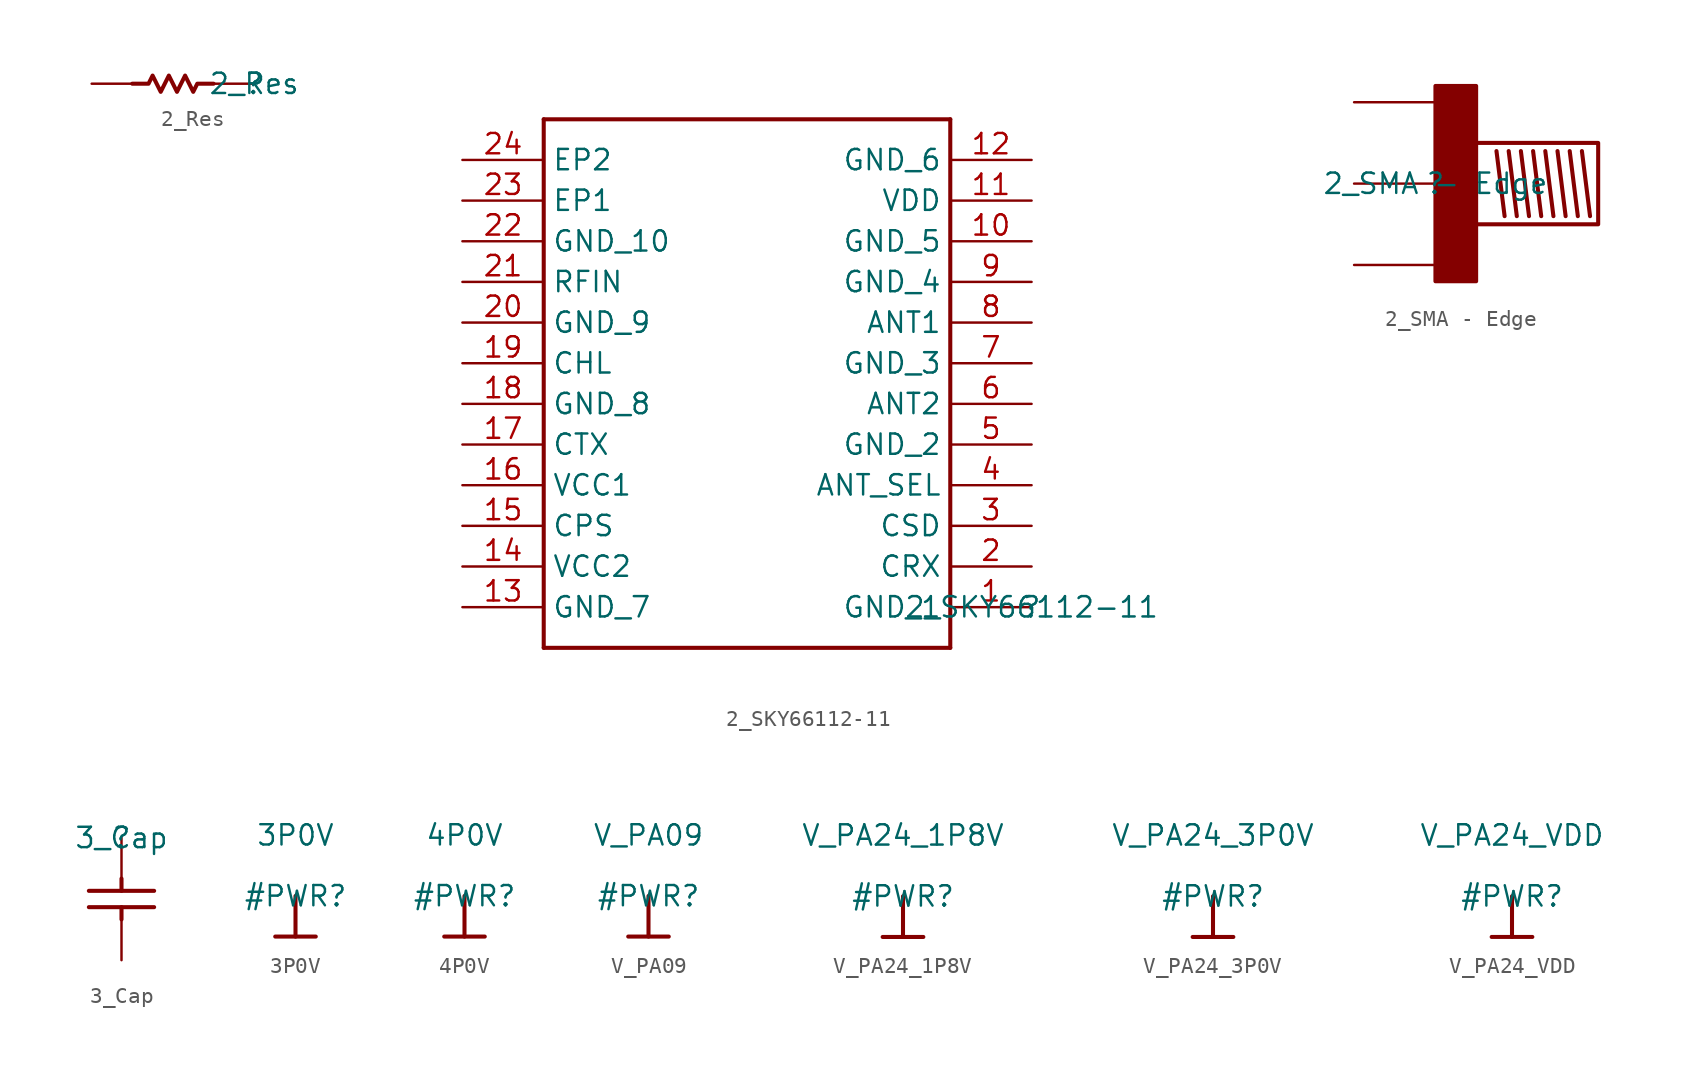
<source format=kicad_sym>
(kicad_symbol_lib
  (version 20211014)
  (generator kicad_symbol_editor)
  (symbol "2_Res"
    (property "Reference" ""
      (at 0 0 0)
      (effects (font (size 1.27 1.27))))
    (property "Value" "2_Res"
      (at 0 0 0)
      (effects (font (size 1.27 1.27))))
    (symbol "2_Res_1_0"
      (polyline (pts (xy -7.62 0) (xy -6.604 0) (xy -6.35 0.508) (xy -5.842 -0.508) (xy -5.334 0.508) (xy -4.826 -0.508) (xy -4.318 0.508) (xy -3.81 -0.508) (xy -3.556 0) (xy -2.54 0)) (stroke (width 0.254) (type default) (color 0 0 0 0)) (fill (type none)))
      (pin passive line (at 0 0 180) (length 2.54) (name "1" (effects (font (size 0 0)))) (number "1" (effects (font (size 0 0)))))
      (pin passive line (at -10.16 0 0) (length 2.54) (name "2" (effects (font (size 0 0)))) (number "2" (effects (font (size 0 0)))))))
  (symbol "2_SKY66112-11"
    (property "Reference" ""
      (at 0 0 0)
      (effects (font (size 1.27 1.27))))
    (property "Value" "2_SKY66112-11"
      (at 0 0 0)
      (effects (font (size 1.27 1.27))))
    (symbol "2_SKY66112-11_1_0"
      (polyline (pts (xy -30.48 -2.54) (xy -5.08 -2.54)) (stroke (width 0.254) (type default) (color 0 0 0 0)) (fill (type none)))
      (polyline (pts (xy -30.48 30.48) (xy -30.48 -2.54)) (stroke (width 0.254) (type default) (color 0 0 0 0)) (fill (type none)))
      (polyline (pts (xy -5.08 -2.54) (xy -5.08 30.48)) (stroke (width 0.254) (type default) (color 0 0 0 0)) (fill (type none)))
      (polyline (pts (xy -5.08 30.48) (xy -30.48 30.48)) (stroke (width 0.254) (type default) (color 0 0 0 0)) (fill (type none)))
      (pin passive line (at 0 0 180) (length 5.08) (name "GND_1" (effects (font (size 1.27 1.27)))) (number "1" (effects (font (size 1.27 1.27)))))
      (pin passive line (at 0 22.86 180) (length 5.08) (name "GND_5" (effects (font (size 1.27 1.27)))) (number "10" (effects (font (size 1.27 1.27)))))
      (pin passive line (at 0 25.4 180) (length 5.08) (name "VDD" (effects (font (size 1.27 1.27)))) (number "11" (effects (font (size 1.27 1.27)))))
      (pin passive line (at 0 27.94 180) (length 5.08) (name "GND_6" (effects (font (size 1.27 1.27)))) (number "12" (effects (font (size 1.27 1.27)))))
      (pin passive line (at -35.56 0 0) (length 5.08) (name "GND_7" (effects (font (size 1.27 1.27)))) (number "13" (effects (font (size 1.27 1.27)))))
      (pin passive line (at -35.56 2.54 0) (length 5.08) (name "VCC2" (effects (font (size 1.27 1.27)))) (number "14" (effects (font (size 1.27 1.27)))))
      (pin passive line (at -35.56 5.08 0) (length 5.08) (name "CPS" (effects (font (size 1.27 1.27)))) (number "15" (effects (font (size 1.27 1.27)))))
      (pin passive line (at -35.56 7.62 0) (length 5.08) (name "VCC1" (effects (font (size 1.27 1.27)))) (number "16" (effects (font (size 1.27 1.27)))))
      (pin passive line (at -35.56 10.16 0) (length 5.08) (name "CTX" (effects (font (size 1.27 1.27)))) (number "17" (effects (font (size 1.27 1.27)))))
      (pin passive line (at -35.56 12.7 0) (length 5.08) (name "GND_8" (effects (font (size 1.27 1.27)))) (number "18" (effects (font (size 1.27 1.27)))))
      (pin passive line (at -35.56 15.24 0) (length 5.08) (name "CHL" (effects (font (size 1.27 1.27)))) (number "19" (effects (font (size 1.27 1.27)))))
      (pin passive line (at 0 2.54 180) (length 5.08) (name "CRX" (effects (font (size 1.27 1.27)))) (number "2" (effects (font (size 1.27 1.27)))))
      (pin passive line (at -35.56 17.78 0) (length 5.08) (name "GND_9" (effects (font (size 1.27 1.27)))) (number "20" (effects (font (size 1.27 1.27)))))
      (pin passive line (at -35.56 20.32 0) (length 5.08) (name "RFIN" (effects (font (size 1.27 1.27)))) (number "21" (effects (font (size 1.27 1.27)))))
      (pin passive line (at -35.56 22.86 0) (length 5.08) (name "GND_10" (effects (font (size 1.27 1.27)))) (number "22" (effects (font (size 1.27 1.27)))))
      (pin passive line (at -35.56 25.4 0) (length 5.08) (name "EP1" (effects (font (size 1.27 1.27)))) (number "23" (effects (font (size 1.27 1.27)))))
      (pin passive line (at -35.56 27.94 0) (length 5.08) (name "EP2" (effects (font (size 1.27 1.27)))) (number "24" (effects (font (size 1.27 1.27)))))
      (pin passive line (at 0 5.08 180) (length 5.08) (name "CSD" (effects (font (size 1.27 1.27)))) (number "3" (effects (font (size 1.27 1.27)))))
      (pin passive line (at 0 7.62 180) (length 5.08) (name "ANT_SEL" (effects (font (size 1.27 1.27)))) (number "4" (effects (font (size 1.27 1.27)))))
      (pin passive line (at 0 10.16 180) (length 5.08) (name "GND_2" (effects (font (size 1.27 1.27)))) (number "5" (effects (font (size 1.27 1.27)))))
      (pin passive line (at 0 12.7 180) (length 5.08) (name "ANT2" (effects (font (size 1.27 1.27)))) (number "6" (effects (font (size 1.27 1.27)))))
      (pin passive line (at 0 15.24 180) (length 5.08) (name "GND_3" (effects (font (size 1.27 1.27)))) (number "7" (effects (font (size 1.27 1.27)))))
      (pin passive line (at 0 17.78 180) (length 5.08) (name "ANT1" (effects (font (size 1.27 1.27)))) (number "8" (effects (font (size 1.27 1.27)))))
      (pin passive line (at 0 20.32 180) (length 5.08) (name "GND_4" (effects (font (size 1.27 1.27)))) (number "9" (effects (font (size 1.27 1.27)))))))
  (symbol "2_SMA - Edge"
    (property "Reference" ""
      (at 0 0 0)
      (effects (font (size 1.27 1.27))))
    (property "Value" "2_SMA - Edge"
      (at 0 0 0)
      (effects (font (size 1.27 1.27))))
    (symbol "2_SMA - Edge_1_0"
      (polyline (pts (xy 4.318 -2.032) (xy 3.81 2.032)) (stroke (width 0.254) (type default) (color 0 0 0 0)) (fill (type none)))
      (polyline (pts (xy 5.08 -2.032) (xy 4.572 2.032)) (stroke (width 0.254) (type default) (color 0 0 0 0)) (fill (type none)))
      (polyline (pts (xy 5.842 -2.032) (xy 5.334 2.032)) (stroke (width 0.254) (type default) (color 0 0 0 0)) (fill (type none)))
      (polyline (pts (xy 6.604 -2.032) (xy 6.096 2.032)) (stroke (width 0.254) (type default) (color 0 0 0 0)) (fill (type none)))
      (polyline (pts (xy 7.366 -2.032) (xy 6.858 2.032)) (stroke (width 0.254) (type default) (color 0 0 0 0)) (fill (type none)))
      (polyline (pts (xy 8.128 -2.032) (xy 7.62 2.032)) (stroke (width 0.254) (type default) (color 0 0 0 0)) (fill (type none)))
      (polyline (pts (xy 8.89 -2.032) (xy 8.382 2.032)) (stroke (width 0.254) (type default) (color 0 0 0 0)) (fill (type none)))
      (polyline (pts (xy 9.652 -2.032) (xy 9.144 2.032)) (stroke (width 0.254) (type default) (color 0 0 0 0)) (fill (type none)))
      (polyline (pts (xy 0 -2.54) (xy 10.16 -2.54) (xy 10.16 2.54) (xy 0 2.54) (xy 0 -6.096) (xy 2.54 -6.096) (xy 2.54 6.096) (xy 0 6.096) (xy 0 2.54)) (stroke (width 0.254) (type default) (color 0 0 0 0)) (fill (type none)))
      (rectangle (start 2.54 6.096) (end 0 -6.096) (stroke (width 0) (type default) (color 0 0 0 0)) (fill (type outline)))
      (pin passive line (at -5.08 -5.08 0) (length 5.08) (name "1" (effects (font (size 0 0)))) (number "1" (effects (font (size 0 0)))))
      (pin passive line (at -5.08 5.08 0) (length 5.08) (name "1" (effects (font (size 0 0)))) (number "1" (effects (font (size 0 0)))))
      (pin passive line (at -5.08 0 0) (length 5.08) (name "2" (effects (font (size 0 0)))) (number "2" (effects (font (size 0 0)))))))
  (symbol "3_Cap"
    (property "Reference" ""
      (at 0 0 0)
      (effects (font (size 1.27 1.27))))
    (property "Value" "3_Cap"
      (at 0 0 0)
      (effects (font (size 1.27 1.27))))
    (symbol "3_Cap_1_0"
      (polyline (pts (xy -2.032 -3.302) (xy 2.032 -3.302)) (stroke (width 0.254) (type default) (color 0 0 0 0)) (fill (type none)))
      (polyline (pts (xy 0 -5.08) (xy 0 -4.318)) (stroke (width 0.254) (type default) (color 0 0 0 0)) (fill (type none)))
      (polyline (pts (xy 0 -2.54) (xy 0 -3.302)) (stroke (width 0.254) (type default) (color 0 0 0 0)) (fill (type none)))
      (polyline (pts (xy 2.032 -4.318) (xy -2.032 -4.318)) (stroke (width 0.254) (type default) (color 0 0 0 0)) (fill (type none)))
      (pin passive line (at 0 0 270) (length 2.54) (name "1" (effects (font (size 0 0)))) (number "1" (effects (font (size 0 0)))))
      (pin passive line (at 0 -7.62 90) (length 2.54) (name "2" (effects (font (size 0 0)))) (number "2" (effects (font (size 0 0)))))))
  (symbol "3P0V"
    (power)
    (property "Reference" "#PWR"
      (at 0 0 0)
      (effects (font (size 1.27 1.27))))
    (property "Value" "3P0V"
      (at 0 3.81 0)
      (effects (font (size 1.27 1.27))))
    (symbol "3P0V_0_0"
      (polyline (pts (xy -1.27 -2.54) (xy 1.27 -2.54)) (stroke (width 0.254) (type default) (color 0 0 0 0)) (fill (type none)))
      (polyline (pts (xy 0 0) (xy 0 -2.54)) (stroke (width 0.254) (type default) (color 0 0 0 0)) (fill (type none)))
      (pin power_in line (at 0 0 0) (length 0) hide (name "3P0V" (effects (font (size 1.27 1.27)))) (number "" (effects (font (size 1.27 1.27)))))))
  (symbol "4P0V"
    (power)
    (property "Reference" "#PWR"
      (at 0 0 0)
      (effects (font (size 1.27 1.27))))
    (property "Value" "4P0V"
      (at 0 3.81 0)
      (effects (font (size 1.27 1.27))))
    (symbol "4P0V_0_0"
      (polyline (pts (xy -1.27 -2.54) (xy 1.27 -2.54)) (stroke (width 0.254) (type default) (color 0 0 0 0)) (fill (type none)))
      (polyline (pts (xy 0 0) (xy 0 -2.54)) (stroke (width 0.254) (type default) (color 0 0 0 0)) (fill (type none)))
      (pin power_in line (at 0 0 0) (length 0) hide (name "4P0V" (effects (font (size 1.27 1.27)))) (number "" (effects (font (size 1.27 1.27)))))))
  (symbol "V_PA09"
    (power)
    (property "Reference" "#PWR"
      (at 0 0 0)
      (effects (font (size 1.27 1.27))))
    (property "Value" "V_PA09"
      (at 0 3.81 0)
      (effects (font (size 1.27 1.27))))
    (symbol "V_PA09_0_0"
      (polyline (pts (xy -1.27 -2.54) (xy 1.27 -2.54)) (stroke (width 0.254) (type default) (color 0 0 0 0)) (fill (type none)))
      (polyline (pts (xy 0 0) (xy 0 -2.54)) (stroke (width 0.254) (type default) (color 0 0 0 0)) (fill (type none)))
      (pin power_in line (at 0 0 0) (length 0) hide (name "V_PA09" (effects (font (size 1.27 1.27)))) (number "" (effects (font (size 1.27 1.27)))))))
  (symbol "V_PA24_1P8V"
    (power)
    (property "Reference" "#PWR"
      (at 0 0 0)
      (effects (font (size 1.27 1.27))))
    (property "Value" "V_PA24_1P8V"
      (at 0 3.81 0)
      (effects (font (size 1.27 1.27))))
    (symbol "V_PA24_1P8V_0_0"
      (polyline (pts (xy -1.27 -2.54) (xy 1.27 -2.54)) (stroke (width 0.254) (type default) (color 0 0 0 0)) (fill (type none)))
      (polyline (pts (xy 0 0) (xy 0 -2.54)) (stroke (width 0.254) (type default) (color 0 0 0 0)) (fill (type none)))
      (pin power_in line (at 0 0 0) (length 0) hide (name "V_PA24_1P8V" (effects (font (size 1.27 1.27)))) (number "" (effects (font (size 1.27 1.27)))))))
  (symbol "V_PA24_3P0V"
    (power)
    (property "Reference" "#PWR"
      (at 0 0 0)
      (effects (font (size 1.27 1.27))))
    (property "Value" "V_PA24_3P0V"
      (at 0 3.81 0)
      (effects (font (size 1.27 1.27))))
    (symbol "V_PA24_3P0V_0_0"
      (polyline (pts (xy -1.27 -2.54) (xy 1.27 -2.54)) (stroke (width 0.254) (type default) (color 0 0 0 0)) (fill (type none)))
      (polyline (pts (xy 0 0) (xy 0 -2.54)) (stroke (width 0.254) (type default) (color 0 0 0 0)) (fill (type none)))
      (pin power_in line (at 0 0 0) (length 0) hide (name "V_PA24_3P0V" (effects (font (size 1.27 1.27)))) (number "" (effects (font (size 1.27 1.27)))))))
  (symbol "V_PA24_VDD"
    (power)
    (property "Reference" "#PWR"
      (at 0 0 0)
      (effects (font (size 1.27 1.27))))
    (property "Value" "V_PA24_VDD"
      (at 0 3.81 0)
      (effects (font (size 1.27 1.27))))
    (symbol "V_PA24_VDD_0_0"
      (polyline (pts (xy -1.27 -2.54) (xy 1.27 -2.54)) (stroke (width 0.254) (type default) (color 0 0 0 0)) (fill (type none)))
      (polyline (pts (xy 0 0) (xy 0 -2.54)) (stroke (width 0.254) (type default) (color 0 0 0 0)) (fill (type none)))
      (pin power_in line (at 0 0 0) (length 0) hide (name "V_PA24_VDD" (effects (font (size 1.27 1.27)))) (number "" (effects (font (size 1.27 1.27))))))))
</source>
